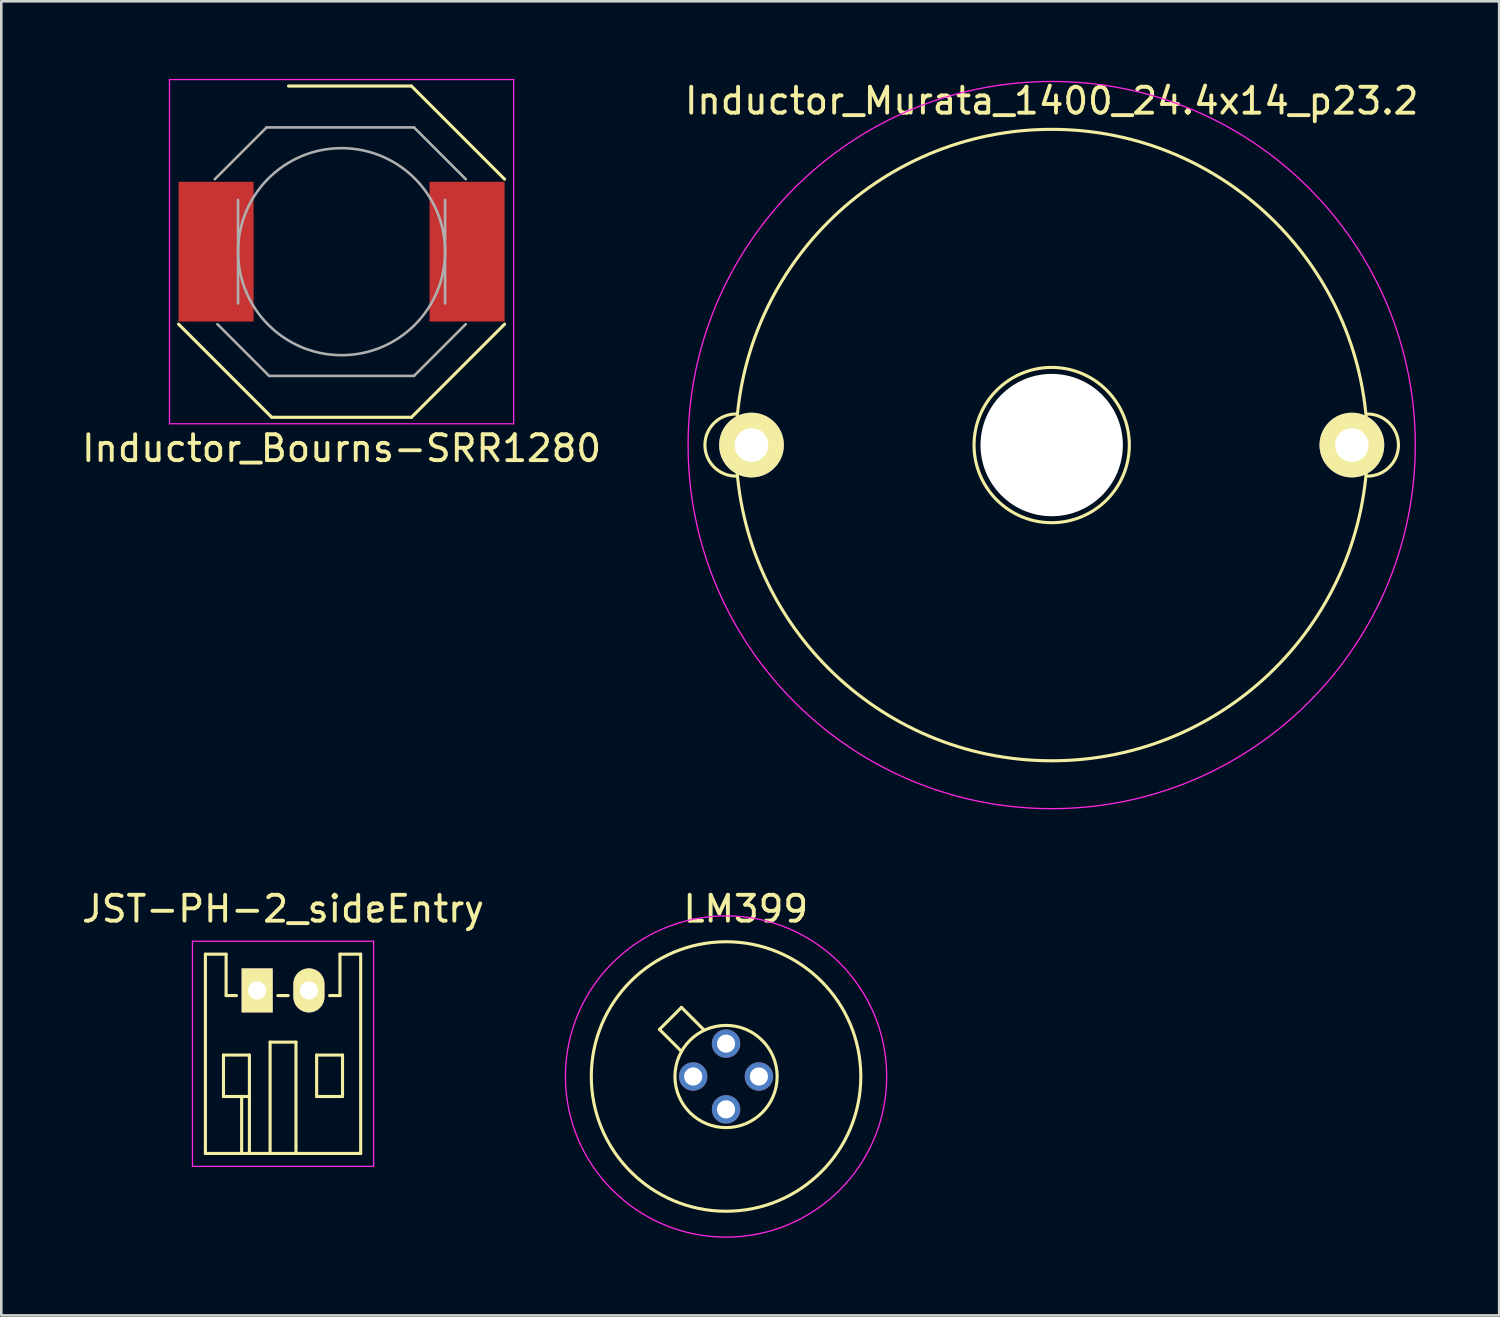
<source format=kicad_pcb>
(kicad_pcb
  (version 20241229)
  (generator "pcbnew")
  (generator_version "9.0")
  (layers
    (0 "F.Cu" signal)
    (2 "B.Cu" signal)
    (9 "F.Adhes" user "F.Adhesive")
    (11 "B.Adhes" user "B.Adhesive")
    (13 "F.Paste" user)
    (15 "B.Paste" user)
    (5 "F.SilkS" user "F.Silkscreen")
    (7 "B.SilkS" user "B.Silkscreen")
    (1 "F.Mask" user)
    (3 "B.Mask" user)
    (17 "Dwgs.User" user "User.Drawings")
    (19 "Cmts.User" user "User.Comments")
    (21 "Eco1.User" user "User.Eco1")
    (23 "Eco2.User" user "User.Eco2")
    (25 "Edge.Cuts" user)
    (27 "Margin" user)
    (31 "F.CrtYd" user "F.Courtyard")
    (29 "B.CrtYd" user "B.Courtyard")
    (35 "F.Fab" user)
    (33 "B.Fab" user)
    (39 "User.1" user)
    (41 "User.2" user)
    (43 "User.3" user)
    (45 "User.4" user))
  (footprint "LM399"
    (layer "F.Cu")
    (at 23.736 38.548)
    (property "Reference" "LM399" (at 2.032 -6.477 0) (layer "F.SilkS") (effects (font (size 1 1) (thickness 0.15))))
    (attr through_hole)
    (fp_line (start -0.453 -2.67) (end -1.303 -1.82) (stroke (width 0.12) (type solid)) (layer "F.SilkS"))
    (fp_line (start -0.453 -0.97) (end -1.303 -1.82) (stroke (width 0.12) (type solid)) (layer "F.SilkS"))
    (fp_line (start 0.397 -1.82) (end -0.453 -2.67) (stroke (width 0.12) (type solid)) (layer "F.SilkS"))
    (fp_circle (center 1.27 0) (end 2.782 1.27) (stroke (width 0.12) (type solid)) (fill no) (layer "F.SilkS"))
    (fp_circle (center 1.27 0) (end 6.477 0) (stroke (width 0.12) (type solid)) (fill no) (layer "F.SilkS"))
    (fp_circle (center 1.27 0) (end 7.477 0) (stroke (width 0.05) (type solid)) (fill no) (layer "F.CrtYd"))
    (pad "1" thru_hole circle (at 0 0) (size 1.1 1.1) (drill 0.7) (layers "*.Cu" "*.Mask"))
    (pad "2" thru_hole circle (at 1.27 1.27) (size 1.1 1.1) (drill 0.7) (layers "*.Cu" "*.Mask"))
    (pad "3" thru_hole circle (at 2.54 0) (size 1.1 1.1) (drill 0.7) (layers "*.Cu" "*.Mask"))
    (pad "4" thru_hole circle (at 1.27 -1.27) (size 1.1 1.1) (drill 0.7) (layers "*.Cu" "*.Mask")))
  (footprint "Inductor_Bourns-SRR1280"
    (layer "F.Cu")
    (at 10.149 6.675)
    (property "Reference" "Inductor_Bourns-SRR1280" (at 0 7.6 0) (layer "F.SilkS") (effects (font (size 1 1) (thickness 0.15))))
    (attr smd)
    (fp_line (start -2.7 6.4) (end -6.3 2.8) (stroke (width 0.12) (type solid)) (layer "F.SilkS"))
    (fp_line (start -2.05 -6.4) (end 2.7 -6.4) (stroke (width 0.12) (type solid)) (layer "F.SilkS"))
    (fp_line (start 2.7 -6.4) (end 6.3 -2.8) (stroke (width 0.12) (type solid)) (layer "F.SilkS"))
    (fp_line (start 2.7 6.4) (end -2.7 6.4) (stroke (width 0.12) (type solid)) (layer "F.SilkS"))
    (fp_line (start 2.7 6.4) (end 6.3 2.8) (stroke (width 0.12) (type solid)) (layer "F.SilkS"))
    (fp_line (start -6.65 -6.65) (end 6.65 -6.65) (stroke (width 0.05) (type solid)) (layer "F.CrtYd"))
    (fp_line (start -6.65 6.65) (end -6.65 -6.65) (stroke (width 0.05) (type solid)) (layer "F.CrtYd"))
    (fp_line (start 6.65 -6.65) (end 6.65 6.65) (stroke (width 0.05) (type solid)) (layer "F.CrtYd"))
    (fp_line (start 6.65 6.65) (end -6.65 6.65) (stroke (width 0.05) (type solid)) (layer "F.CrtYd"))
    (fp_line (start -4.9 -2.8) (end -2.9 -4.8) (stroke (width 0.1) (type solid)) (layer "F.Fab"))
    (fp_line (start -4 2) (end -4 -2) (stroke (width 0.1) (type solid)) (layer "F.Fab"))
    (fp_line (start -2.9 -4.8) (end 2.8 -4.8) (stroke (width 0.1) (type solid)) (layer "F.Fab"))
    (fp_line (start -2.8 4.8) (end -4.8 2.8) (stroke (width 0.1) (type solid)) (layer "F.Fab"))
    (fp_line (start 2.8 -4.8) (end 4.8 -2.8) (stroke (width 0.1) (type solid)) (layer "F.Fab"))
    (fp_line (start 2.8 4.8) (end -2.8 4.8) (stroke (width 0.1) (type solid)) (layer "F.Fab"))
    (fp_line (start 4 -2) (end 4 2) (stroke (width 0.1) (type solid)) (layer "F.Fab"))
    (fp_line (start 4.8 2.8) (end 2.8 4.8) (stroke (width 0.1) (type solid)) (layer "F.Fab"))
    (fp_circle (center 0 0) (end 0 -4) (stroke (width 0.1) (type solid)) (fill no) (layer "F.Fab"))
    (pad "1" smd rect (at -4.85 0) (size 2.9 5.4) (layers "F.Cu" "F.Mask" "F.Paste"))
    (pad "2" smd rect (at 4.85 0) (size 2.9 5.4) (layers "F.Cu" "F.Mask" "F.Paste")))
  (footprint "JST-PH-2_sideEntry"
    (layer "F.Cu")
    (at 7.887 35.221)
    (property "Reference" "JST-PH-2_sideEntry" (at 0 -3.15 0) (layer "F.SilkS") (effects (font (size 1 1) (thickness 0.15))))
    (attr through_hole)
    (fp_line (start -3 -1.4) (end -3 6.3) (stroke (width 0.12) (type solid)) (layer "F.SilkS"))
    (fp_line (start -3 6.3) (end 3 6.3) (stroke (width 0.12) (type solid)) (layer "F.SilkS"))
    (fp_line (start -2.301 2.499) (end -1.3 2.499) (stroke (width 0.12) (type solid)) (layer "F.SilkS"))
    (fp_line (start -2.301 4.1) (end -2.301 2.499) (stroke (width 0.12) (type solid)) (layer "F.SilkS"))
    (fp_line (start -2.2 -1.4) (end -3 -1.4) (stroke (width 0.12) (type solid)) (layer "F.SilkS"))
    (fp_line (start -2.2 0.2) (end -2.2 -1.4) (stroke (width 0.12) (type solid)) (layer "F.SilkS"))
    (fp_line (start -2.2 0.2) (end -1.8 0.2) (stroke (width 0.12) (type solid)) (layer "F.SilkS"))
    (fp_line (start -1.6 6.3) (end -1.6 4.1) (stroke (width 0.12) (type solid)) (layer "F.SilkS"))
    (fp_line (start -1.3 2.499) (end -1.3 4.1) (stroke (width 0.12) (type solid)) (layer "F.SilkS"))
    (fp_line (start -1.3 4.1) (end -2.301 4.1) (stroke (width 0.12) (type solid)) (layer "F.SilkS"))
    (fp_line (start -1.3 4.1) (end -1.3 6.3) (stroke (width 0.12) (type solid)) (layer "F.SilkS"))
    (fp_line (start -0.5 1.999) (end -0.5 6.3) (stroke (width 0.12) (type solid)) (layer "F.SilkS"))
    (fp_line (start -0.2 0.2) (end 0.2 0.2) (stroke (width 0.12) (type solid)) (layer "F.SilkS"))
    (fp_line (start 0.5 1.999) (end -0.5 1.999) (stroke (width 0.12) (type solid)) (layer "F.SilkS"))
    (fp_line (start 0.5 1.999) (end 0.5 6.3) (stroke (width 0.12) (type solid)) (layer "F.SilkS"))
    (fp_line (start 1.298 2.499) (end 2.299 2.499) (stroke (width 0.12) (type solid)) (layer "F.SilkS"))
    (fp_line (start 1.298 4.1) (end 1.298 2.499) (stroke (width 0.12) (type solid)) (layer "F.SilkS"))
    (fp_line (start 2.2 -1.4) (end 2.2 0.2) (stroke (width 0.12) (type solid)) (layer "F.SilkS"))
    (fp_line (start 2.2 0.2) (end 1.8 0.2) (stroke (width 0.12) (type solid)) (layer "F.SilkS"))
    (fp_line (start 2.299 2.499) (end 2.299 4.1) (stroke (width 0.12) (type solid)) (layer "F.SilkS"))
    (fp_line (start 2.299 4.1) (end 1.298 4.1) (stroke (width 0.12) (type solid)) (layer "F.SilkS"))
    (fp_line (start 3 -1.4) (end 2.2 -1.4) (stroke (width 0.12) (type solid)) (layer "F.SilkS"))
    (fp_line (start 3 6.3) (end 3 -1.4) (stroke (width 0.12) (type solid)) (layer "F.SilkS"))
    (fp_line (start -3.5 -1.9) (end 3.5 -1.9) (stroke (width 0.05) (type solid)) (layer "F.CrtYd"))
    (fp_line (start -3.5 6.8) (end -3.5 -1.9) (stroke (width 0.05) (type solid)) (layer "F.CrtYd"))
    (fp_line (start 3.5 -1.9) (end 3.5 6.8) (stroke (width 0.05) (type solid)) (layer "F.CrtYd"))
    (fp_line (start 3.5 6.8) (end -3.5 6.8) (stroke (width 0.05) (type solid)) (layer "F.CrtYd"))
    (pad "1" thru_hole rect (at -1 0) (size 1.2 1.7) (drill 0.7) (layers "*.Cu" "*.Mask" "F.SilkS"))
    (pad "2" thru_hole oval (at 1 0) (size 1.2 1.7) (drill 0.7) (layers "*.Cu" "*.Mask" "F.SilkS")))
  (footprint "Inductor_Murata_1400_24.4x14_p23.2"
    (layer "F.Cu")
    (at 37.589 14.148)
    (property "Reference" "Inductor_Murata_1400_24.4x14_p23.2" (at 0 -13.3 0) (layer "F.SilkS") (effects (font (size 1 1) (thickness 0.15))))
    (attr through_hole)
    (fp_arc (start -12.2 1.2) (mid -13.4 0) (end -12.2 -1.2) (stroke (width 0.12) (type solid)) (layer "F.SilkS"))
    (fp_arc (start 12.2 -1.2) (mid 13.4 0) (end 12.2 1.2) (stroke (width 0.12) (type solid)) (layer "F.SilkS"))
    (fp_circle (center 0 0) (end -12.2 0) (stroke (width 0.12) (type solid)) (fill no) (layer "F.SilkS"))
    (fp_circle (center 0 0) (end -3 0) (stroke (width 0.12) (type solid)) (fill no) (layer "F.SilkS"))
    (fp_circle (center 0 0) (end 14.05 0) (stroke (width 0.05) (type solid)) (fill no) (layer "F.CrtYd"))
    (pad "" np_thru_hole circle (at 0 0) (size 5.5 5.5) (drill 5.5) (layers "*.Cu" "*.Mask"))
    (pad "1" thru_hole circle (at 11.6 0) (size 2.5 2.5) (drill 1.3) (layers "*.Cu" "*.Mask" "F.SilkS"))
    (pad "2" thru_hole circle (at -11.6 0) (size 2.5 2.5) (drill 1.3) (layers "*.Cu" "*.Mask" "F.SilkS")))
  (gr_rect
    (start -3 -3)
    (end 54.881 47.781)
    (stroke (width 0.1) (type default))
    (fill no)
    (layer "Edge.Cuts")))
</source>
